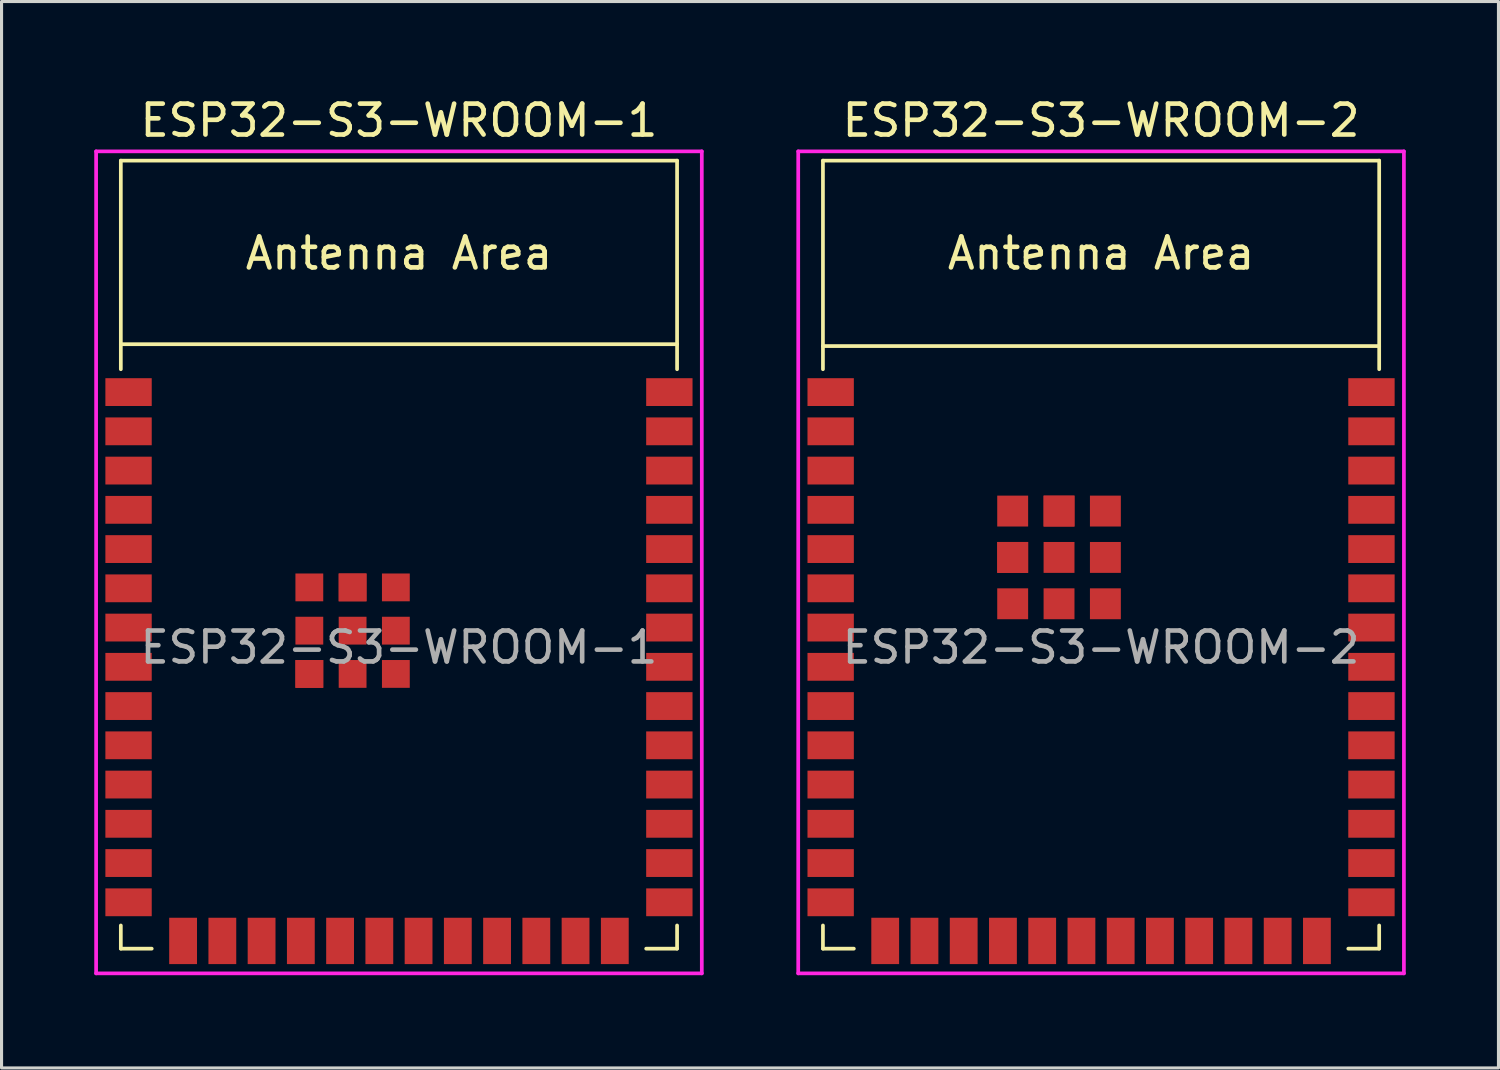
<source format=kicad_pcb>
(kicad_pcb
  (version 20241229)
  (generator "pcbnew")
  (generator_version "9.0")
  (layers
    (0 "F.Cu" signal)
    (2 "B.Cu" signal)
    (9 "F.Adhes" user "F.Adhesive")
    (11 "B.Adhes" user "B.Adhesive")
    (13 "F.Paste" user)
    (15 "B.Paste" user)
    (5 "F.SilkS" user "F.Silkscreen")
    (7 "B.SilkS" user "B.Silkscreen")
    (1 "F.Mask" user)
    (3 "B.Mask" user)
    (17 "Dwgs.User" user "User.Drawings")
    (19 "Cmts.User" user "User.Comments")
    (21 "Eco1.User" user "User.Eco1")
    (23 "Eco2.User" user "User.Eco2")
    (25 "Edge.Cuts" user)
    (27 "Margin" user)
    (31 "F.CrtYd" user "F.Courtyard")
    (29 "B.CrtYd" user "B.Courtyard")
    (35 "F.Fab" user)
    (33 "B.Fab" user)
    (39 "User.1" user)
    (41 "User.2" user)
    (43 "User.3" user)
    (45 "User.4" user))
  (footprint "ESP32-S3-WROOM-2"
    (layer "F.Cu")
    (at 32.58 17.898)
    (property "Reference" "ESP32-S3-WROOM-2" (at 0 -17.05 0) (layer "F.SilkS") (effects (font (size 1 1) (thickness 0.15))))
    (attr smd)
    (fp_line (start -9 -15.75) (end -9 -9) (stroke (width 0.12) (type solid)) (layer "F.SilkS"))
    (fp_line (start -9 -15.75) (end 9 -15.75) (stroke (width 0.12) (type solid)) (layer "F.SilkS"))
    (fp_line (start -9 9) (end -9 9.75) (stroke (width 0.12) (type solid)) (layer "F.SilkS"))
    (fp_line (start -9 9.75) (end -8 9.75) (stroke (width 0.12) (type solid)) (layer "F.SilkS"))
    (fp_line (start 9 -15.75) (end 9 -9) (stroke (width 0.12) (type solid)) (layer "F.SilkS"))
    (fp_line (start 9 -9.75) (end -9 -9.75) (stroke (width 0.12) (type solid)) (layer "F.SilkS"))
    (fp_line (start 9 9) (end 9 9.75) (stroke (width 0.12) (type solid)) (layer "F.SilkS"))
    (fp_line (start 9 9.75) (end 8 9.75) (stroke (width 0.12) (type solid)) (layer "F.SilkS"))
    (fp_line (start -9 -15.75) (end 9 -15.75) (stroke (width 0.12) (type solid)) (layer "Eco2.User"))
    (fp_line (start -9 -9.75) (end 9 -9.75) (stroke (width 0.12) (type solid)) (layer "Eco2.User"))
    (fp_line (start -9 9.75) (end -9 -15.75) (stroke (width 0.12) (type solid)) (layer "Eco2.User"))
    (fp_line (start 9 -15.75) (end 9 9.75) (stroke (width 0.12) (type solid)) (layer "Eco2.User"))
    (fp_line (start 9 9.75) (end -9 9.75) (stroke (width 0.12) (type solid)) (layer "Eco2.User"))
    (fp_line (start -9.8 -16.05) (end -9.8 10.55) (stroke (width 0.12) (type solid)) (layer "F.CrtYd"))
    (fp_line (start -9.8 10.55) (end 9.8 10.55) (stroke (width 0.12) (type solid)) (layer "F.CrtYd"))
    (fp_line (start 9.8 -16.05) (end -9.8 -16.05) (stroke (width 0.12) (type solid)) (layer "F.CrtYd"))
    (fp_line (start 9.8 -16.05) (end 9.8 10.55) (stroke (width 0.12) (type solid)) (layer "F.CrtYd"))
    (fp_text user "Antenna Area" (at 0 -12.75 0) (layer "F.SilkS") (effects (font (size 1 1) (thickness 0.15))))
    (fp_text user "Antenna Area" (at 0 -12.75 0) (layer "Eco2.User") (effects (font (size 1 1) (thickness 0.15))))
    (fp_text user "${REFERENCE}" (at 0 0 0) (layer "F.Fab") (effects (font (size 1 1) (thickness 0.15))))
    (pad "1" smd rect (at -8.75 -8.26) (size 1.5 0.9) (layers "F.Cu" "F.Mask" "F.Paste"))
    (pad "2" smd rect (at -8.75 -6.99) (size 1.5 0.9) (layers "F.Cu" "F.Mask" "F.Paste"))
    (pad "3" smd rect (at -8.75 -5.72) (size 1.5 0.9) (layers "F.Cu" "F.Mask" "F.Paste"))
    (pad "4" smd rect (at -8.75 -4.45) (size 1.5 0.9) (layers "F.Cu" "F.Mask" "F.Paste"))
    (pad "5" smd rect (at -8.75 -3.18) (size 1.5 0.9) (layers "F.Cu" "F.Mask" "F.Paste"))
    (pad "6" smd rect (at -8.75 -1.91) (size 1.5 0.9) (layers "F.Cu" "F.Mask" "F.Paste"))
    (pad "7" smd rect (at -8.75 -0.64) (size 1.5 0.9) (layers "F.Cu" "F.Mask" "F.Paste"))
    (pad "8" smd rect (at -8.75 0.63) (size 1.5 0.9) (layers "F.Cu" "F.Mask" "F.Paste"))
    (pad "9" smd rect (at -8.75 1.9) (size 1.5 0.9) (layers "F.Cu" "F.Mask" "F.Paste"))
    (pad "10" smd rect (at -8.75 3.17) (size 1.5 0.9) (layers "F.Cu" "F.Mask" "F.Paste"))
    (pad "11" smd rect (at -8.75 4.44) (size 1.5 0.9) (layers "F.Cu" "F.Mask" "F.Paste"))
    (pad "12" smd rect (at -8.75 5.71) (size 1.5 0.9) (layers "F.Cu" "F.Mask" "F.Paste"))
    (pad "13" smd rect (at -8.75 6.98) (size 1.5 0.9) (layers "F.Cu" "F.Mask" "F.Paste"))
    (pad "14" smd rect (at -8.75 8.25) (size 1.5 0.9) (layers "F.Cu" "F.Mask" "F.Paste"))
    (pad "15" smd rect (at -6.985 9.5 90) (size 1.5 0.9) (layers "F.Cu" "F.Mask" "F.Paste"))
    (pad "16" smd rect (at -5.715 9.5 90) (size 1.5 0.9) (layers "F.Cu" "F.Mask" "F.Paste"))
    (pad "17" smd rect (at -4.445 9.5 90) (size 1.5 0.9) (layers "F.Cu" "F.Mask" "F.Paste"))
    (pad "18" smd rect (at -3.175 9.5 90) (size 1.5 0.9) (layers "F.Cu" "F.Mask" "F.Paste"))
    (pad "19" smd rect (at -1.905 9.5 90) (size 1.5 0.9) (layers "F.Cu" "F.Mask" "F.Paste"))
    (pad "20" smd rect (at -0.635 9.5 90) (size 1.5 0.9) (layers "F.Cu" "F.Mask" "F.Paste"))
    (pad "21" smd rect (at 0.635 9.5 90) (size 1.5 0.9) (layers "F.Cu" "F.Mask" "F.Paste"))
    (pad "22" smd rect (at 1.905 9.5 90) (size 1.5 0.9) (layers "F.Cu" "F.Mask" "F.Paste"))
    (pad "23" smd rect (at 3.175 9.5 90) (size 1.5 0.9) (layers "F.Cu" "F.Mask" "F.Paste"))
    (pad "24" smd rect (at 4.445 9.5 90) (size 1.5 0.9) (layers "F.Cu" "F.Mask" "F.Paste"))
    (pad "25" smd rect (at 5.715 9.5 90) (size 1.5 0.9) (layers "F.Cu" "F.Mask" "F.Paste"))
    (pad "26" smd rect (at 6.985 9.5 90) (size 1.5 0.9) (layers "F.Cu" "F.Mask" "F.Paste"))
    (pad "27" smd rect (at 8.75 8.25 180) (size 1.5 0.9) (layers "F.Cu" "F.Mask" "F.Paste"))
    (pad "28" smd rect (at 8.75 6.98 180) (size 1.5 0.9) (layers "F.Cu" "F.Mask" "F.Paste"))
    (pad "29" smd rect (at 8.75 5.71 180) (size 1.5 0.9) (layers "F.Cu" "F.Mask" "F.Paste"))
    (pad "30" smd rect (at 8.75 4.44 180) (size 1.5 0.9) (layers "F.Cu" "F.Mask" "F.Paste"))
    (pad "31" smd rect (at 8.75 3.17 180) (size 1.5 0.9) (layers "F.Cu" "F.Mask" "F.Paste"))
    (pad "32" smd rect (at 8.75 1.9 180) (size 1.5 0.9) (layers "F.Cu" "F.Mask" "F.Paste"))
    (pad "33" smd rect (at 8.75 0.63 180) (size 1.5 0.9) (layers "F.Cu" "F.Mask" "F.Paste"))
    (pad "34" smd rect (at 8.75 -0.64 180) (size 1.5 0.9) (layers "F.Cu" "F.Mask" "F.Paste"))
    (pad "35" smd rect (at 8.75 -1.91 180) (size 1.5 0.9) (layers "F.Cu" "F.Mask" "F.Paste"))
    (pad "36" smd rect (at 8.75 -3.18 180) (size 1.5 0.9) (layers "F.Cu" "F.Mask" "F.Paste"))
    (pad "37" smd rect (at 8.75 -4.45 180) (size 1.5 0.9) (layers "F.Cu" "F.Mask" "F.Paste"))
    (pad "38" smd rect (at 8.75 -5.72 180) (size 1.5 0.9) (layers "F.Cu" "F.Mask" "F.Paste"))
    (pad "39" smd rect (at 8.75 -6.99 180) (size 1.5 0.9) (layers "F.Cu" "F.Mask" "F.Paste"))
    (pad "40" smd rect (at 8.75 -8.26 180) (size 1.5 0.9) (layers "F.Cu" "F.Mask" "F.Paste"))
    (pad "41" smd rect (at -2.86 -4.41 180) (size 1 1) (layers "F.Cu" "F.Mask" "F.Paste"))
    (pad "41" smd rect (at -2.86 -2.91 180) (size 1 1) (layers "F.Cu" "F.Mask" "F.Paste"))
    (pad "41" smd rect (at -2.86 -2.91 180) (size 1 1) (layers "F.Cu" "F.Mask" "F.Paste"))
    (pad "41" smd rect (at -2.86 -1.41 180) (size 1 1) (layers "F.Cu" "F.Mask" "F.Paste"))
    (pad "41" smd rect (at -1.36 -4.41 180) (size 1 1) (layers "F.Cu" "F.Mask" "F.Paste"))
    (pad "41" smd rect (at -1.36 -4.41 180) (size 1 1) (layers "F.Cu" "F.Mask" "F.Paste"))
    (pad "41" smd rect (at -1.36 -2.91 180) (size 1 1) (layers "F.Cu" "F.Mask" "F.Paste"))
    (pad "41" smd rect (at -1.36 -1.41 180) (size 1 1) (layers "F.Cu" "F.Mask" "F.Paste"))
    (pad "41" smd rect (at 0.14 -4.41 180) (size 1 1) (layers "F.Cu" "F.Mask" "F.Paste"))
    (pad "41" smd rect (at 0.14 -2.91 180) (size 1 1) (layers "F.Cu" "F.Mask" "F.Paste"))
    (pad "41" smd rect (at 0.14 -1.41 180) (size 1 1) (layers "F.Cu" "F.Mask" "F.Paste"))
    (zone (net_name "") (layers "F.Cu" "B.Cu") (name "antenna keepout") (hatch edge 0.508) (connect_pads) (min_thickness 0.254) (filled_areas_thickness no) (keepout (tracks not_allowed) (vias not_allowed) (pads not_allowed) (copperpour not_allowed) (footprints not_allowed)) (placement (enabled no)) (fill) (polygon (pts (xy 41.58 8.148) (xy 23.58 8.148) (xy 23.58 2.148) (xy 41.58 2.148)))))
  (footprint "ESP32-S3-WROOM-1"
    (layer "F.Cu")
    (at 9.86 17.898)
    (property "Reference" "ESP32-S3-WROOM-1" (at 0 -17.05 0) (layer "F.SilkS") (effects (font (size 1 1) (thickness 0.15))))
    (attr smd)
    (fp_line (start -9 -15.75) (end -9 -9) (stroke (width 0.12) (type solid)) (layer "F.SilkS"))
    (fp_line (start -9 -15.75) (end 9 -15.75) (stroke (width 0.12) (type solid)) (layer "F.SilkS"))
    (fp_line (start -9 9) (end -9 9.75) (stroke (width 0.12) (type solid)) (layer "F.SilkS"))
    (fp_line (start -9 9.75) (end -8 9.75) (stroke (width 0.12) (type solid)) (layer "F.SilkS"))
    (fp_line (start 9 -15.75) (end 9 -9) (stroke (width 0.12) (type solid)) (layer "F.SilkS"))
    (fp_line (start 9 -9.81) (end -9 -9.81) (stroke (width 0.12) (type solid)) (layer "F.SilkS"))
    (fp_line (start 9 9) (end 9 9.75) (stroke (width 0.12) (type solid)) (layer "F.SilkS"))
    (fp_line (start 9 9.75) (end 8 9.75) (stroke (width 0.12) (type solid)) (layer "F.SilkS"))
    (fp_line (start -9 -15.75) (end 9 -15.75) (stroke (width 0.12) (type solid)) (layer "Eco2.User"))
    (fp_line (start -9 -9.81) (end 9 -9.81) (stroke (width 0.12) (type solid)) (layer "Eco2.User"))
    (fp_line (start -9 9.75) (end -9 -15.75) (stroke (width 0.12) (type solid)) (layer "Eco2.User"))
    (fp_line (start 9 -15.75) (end 9 9.75) (stroke (width 0.12) (type solid)) (layer "Eco2.User"))
    (fp_line (start 9 9.75) (end -9 9.75) (stroke (width 0.12) (type solid)) (layer "Eco2.User"))
    (fp_line (start -9.8 -16.05) (end -9.8 10.55) (stroke (width 0.12) (type solid)) (layer "F.CrtYd"))
    (fp_line (start -9.8 10.55) (end 9.8 10.55) (stroke (width 0.12) (type solid)) (layer "F.CrtYd"))
    (fp_line (start 9.8 -16.05) (end -9.8 -16.05) (stroke (width 0.12) (type solid)) (layer "F.CrtYd"))
    (fp_line (start 9.8 -16.05) (end 9.8 10.55) (stroke (width 0.12) (type solid)) (layer "F.CrtYd"))
    (fp_text user "Antenna Area" (at 0 -12.75 0) (layer "F.SilkS") (effects (font (size 1 1) (thickness 0.15))))
    (fp_text user "Antenna Area" (at 0 -12.75 0) (layer "Eco2.User") (effects (font (size 1 1) (thickness 0.15))))
    (fp_text user "${REFERENCE}" (at 0 0 0) (layer "F.Fab") (effects (font (size 1 1) (thickness 0.15))))
    (pad "1" smd rect (at -8.75 -8.26) (size 1.5 0.9) (layers "F.Cu" "F.Mask" "F.Paste"))
    (pad "2" smd rect (at -8.75 -6.99) (size 1.5 0.9) (layers "F.Cu" "F.Mask" "F.Paste"))
    (pad "3" smd rect (at -8.75 -5.72) (size 1.5 0.9) (layers "F.Cu" "F.Mask" "F.Paste"))
    (pad "4" smd rect (at -8.75 -4.45) (size 1.5 0.9) (layers "F.Cu" "F.Mask" "F.Paste"))
    (pad "5" smd rect (at -8.75 -3.18) (size 1.5 0.9) (layers "F.Cu" "F.Mask" "F.Paste"))
    (pad "6" smd rect (at -8.75 -1.91) (size 1.5 0.9) (layers "F.Cu" "F.Mask" "F.Paste"))
    (pad "7" smd rect (at -8.75 -0.64) (size 1.5 0.9) (layers "F.Cu" "F.Mask" "F.Paste"))
    (pad "8" smd rect (at -8.75 0.63) (size 1.5 0.9) (layers "F.Cu" "F.Mask" "F.Paste"))
    (pad "9" smd rect (at -8.75 1.9) (size 1.5 0.9) (layers "F.Cu" "F.Mask" "F.Paste"))
    (pad "10" smd rect (at -8.75 3.17) (size 1.5 0.9) (layers "F.Cu" "F.Mask" "F.Paste"))
    (pad "11" smd rect (at -8.75 4.44) (size 1.5 0.9) (layers "F.Cu" "F.Mask" "F.Paste"))
    (pad "12" smd rect (at -8.75 5.71) (size 1.5 0.9) (layers "F.Cu" "F.Mask" "F.Paste"))
    (pad "13" smd rect (at -8.75 6.98) (size 1.5 0.9) (layers "F.Cu" "F.Mask" "F.Paste"))
    (pad "14" smd rect (at -8.75 8.25) (size 1.5 0.9) (layers "F.Cu" "F.Mask" "F.Paste"))
    (pad "15" smd rect (at -6.985 9.5 90) (size 1.5 0.9) (layers "F.Cu" "F.Mask" "F.Paste"))
    (pad "16" smd rect (at -5.715 9.5 90) (size 1.5 0.9) (layers "F.Cu" "F.Mask" "F.Paste"))
    (pad "17" smd rect (at -4.445 9.5 90) (size 1.5 0.9) (layers "F.Cu" "F.Mask" "F.Paste"))
    (pad "18" smd rect (at -3.175 9.5 90) (size 1.5 0.9) (layers "F.Cu" "F.Mask" "F.Paste"))
    (pad "19" smd rect (at -1.905 9.5 90) (size 1.5 0.9) (layers "F.Cu" "F.Mask" "F.Paste"))
    (pad "20" smd rect (at -0.635 9.5 90) (size 1.5 0.9) (layers "F.Cu" "F.Mask" "F.Paste"))
    (pad "21" smd rect (at 0.635 9.5 90) (size 1.5 0.9) (layers "F.Cu" "F.Mask" "F.Paste"))
    (pad "22" smd rect (at 1.905 9.5 90) (size 1.5 0.9) (layers "F.Cu" "F.Mask" "F.Paste"))
    (pad "23" smd rect (at 3.175 9.5 90) (size 1.5 0.9) (layers "F.Cu" "F.Mask" "F.Paste"))
    (pad "24" smd rect (at 4.445 9.5 90) (size 1.5 0.9) (layers "F.Cu" "F.Mask" "F.Paste"))
    (pad "25" smd rect (at 5.715 9.5 90) (size 1.5 0.9) (layers "F.Cu" "F.Mask" "F.Paste"))
    (pad "26" smd rect (at 6.985 9.5 90) (size 1.5 0.9) (layers "F.Cu" "F.Mask" "F.Paste"))
    (pad "27" smd rect (at 8.75 8.25 180) (size 1.5 0.9) (layers "F.Cu" "F.Mask" "F.Paste"))
    (pad "28" smd rect (at 8.75 6.98 180) (size 1.5 0.9) (layers "F.Cu" "F.Mask" "F.Paste"))
    (pad "29" smd rect (at 8.75 5.71 180) (size 1.5 0.9) (layers "F.Cu" "F.Mask" "F.Paste"))
    (pad "30" smd rect (at 8.75 4.44 180) (size 1.5 0.9) (layers "F.Cu" "F.Mask" "F.Paste"))
    (pad "31" smd rect (at 8.75 3.17 180) (size 1.5 0.9) (layers "F.Cu" "F.Mask" "F.Paste"))
    (pad "32" smd rect (at 8.75 1.9 180) (size 1.5 0.9) (layers "F.Cu" "F.Mask" "F.Paste"))
    (pad "33" smd rect (at 8.75 0.63 180) (size 1.5 0.9) (layers "F.Cu" "F.Mask" "F.Paste"))
    (pad "34" smd rect (at 8.75 -0.64 180) (size 1.5 0.9) (layers "F.Cu" "F.Mask" "F.Paste"))
    (pad "35" smd rect (at 8.75 -1.91 180) (size 1.5 0.9) (layers "F.Cu" "F.Mask" "F.Paste"))
    (pad "36" smd rect (at 8.75 -3.18 180) (size 1.5 0.9) (layers "F.Cu" "F.Mask" "F.Paste"))
    (pad "37" smd rect (at 8.75 -4.45 180) (size 1.5 0.9) (layers "F.Cu" "F.Mask" "F.Paste"))
    (pad "38" smd rect (at 8.75 -5.72 180) (size 1.5 0.9) (layers "F.Cu" "F.Mask" "F.Paste"))
    (pad "39" smd rect (at 8.75 -6.99 180) (size 1.5 0.9) (layers "F.Cu" "F.Mask" "F.Paste"))
    (pad "40" smd rect (at 8.75 -8.26 180) (size 1.5 0.9) (layers "F.Cu" "F.Mask" "F.Paste"))
    (pad "41" smd rect (at -2.9 -1.94 180) (size 0.9 0.9) (layers "F.Cu" "F.Mask" "F.Paste"))
    (pad "41" smd rect (at -2.9 -0.54 180) (size 0.9 0.9) (layers "F.Cu" "F.Mask" "F.Paste"))
    (pad "41" smd rect (at -2.9 0.86 180) (size 0.9 0.9) (layers "F.Cu" "F.Mask" "F.Paste"))
    (pad "41" smd rect (at -2.9 0.86 180) (size 0.9 0.9) (layers "F.Cu" "F.Mask" "F.Paste"))
    (pad "41" smd rect (at -1.5 -1.94 180) (size 0.9 0.9) (layers "F.Cu" "F.Mask" "F.Paste"))
    (pad "41" smd rect (at -1.5 -1.94 180) (size 0.9 0.9) (layers "F.Cu" "F.Mask" "F.Paste"))
    (pad "41" smd rect (at -1.5 -0.54 180) (size 0.9 0.9) (layers "F.Cu" "F.Mask" "F.Paste"))
    (pad "41" smd rect (at -1.5 0.86 180) (size 0.9 0.9) (layers "F.Cu" "F.Mask" "F.Paste"))
    (pad "41" smd rect (at -0.1 -1.94 180) (size 0.9 0.9) (layers "F.Cu" "F.Mask" "F.Paste"))
    (pad "41" smd rect (at -0.1 -0.54 180) (size 0.9 0.9) (layers "F.Cu" "F.Mask" "F.Paste"))
    (pad "41" smd rect (at -0.1 0.86 180) (size 0.9 0.9) (layers "F.Cu" "F.Mask" "F.Paste"))
    (zone (net_name "") (layers "F.Cu" "B.Cu") (name "antenna keepout") (hatch edge 0.508) (connect_pads) (min_thickness 0.254) (filled_areas_thickness no) (keepout (tracks not_allowed) (vias not_allowed) (pads not_allowed) (copperpour not_allowed) (footprints not_allowed)) (placement (enabled no)) (fill) (polygon (pts (xy 18.86 8.098) (xy 0.86 8.098) (xy 0.86 2.148) (xy 18.86 2.148)))))
  (gr_rect
    (start -3 -3)
    (end 45.44 31.508)
    (stroke (width 0.1) (type default))
    (fill no)
    (layer "Edge.Cuts")))
</source>
